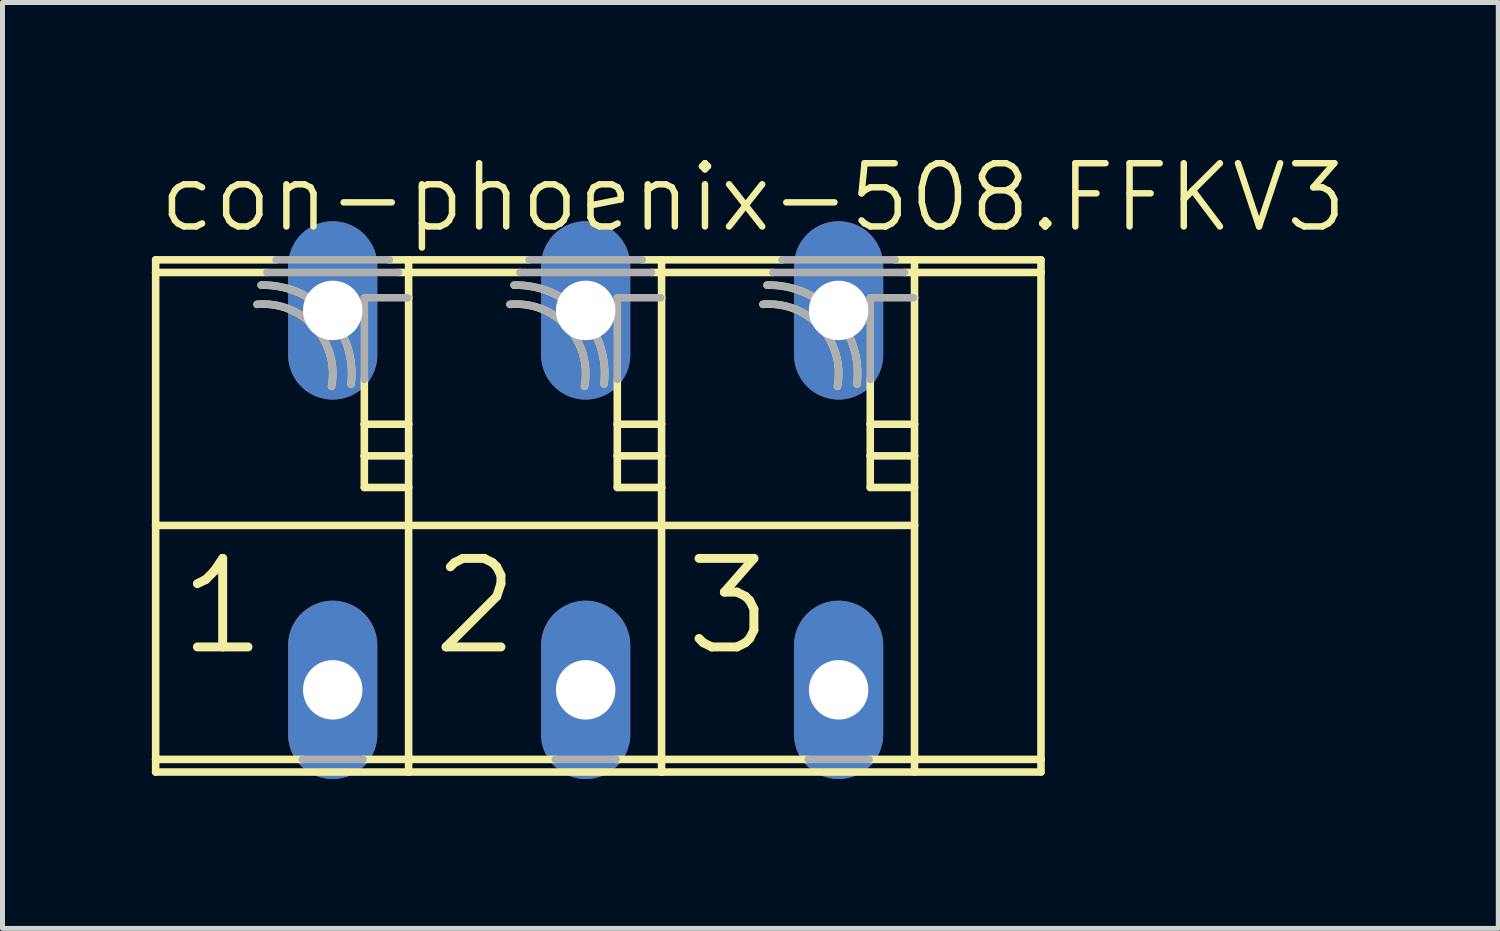
<source format=kicad_pcb>
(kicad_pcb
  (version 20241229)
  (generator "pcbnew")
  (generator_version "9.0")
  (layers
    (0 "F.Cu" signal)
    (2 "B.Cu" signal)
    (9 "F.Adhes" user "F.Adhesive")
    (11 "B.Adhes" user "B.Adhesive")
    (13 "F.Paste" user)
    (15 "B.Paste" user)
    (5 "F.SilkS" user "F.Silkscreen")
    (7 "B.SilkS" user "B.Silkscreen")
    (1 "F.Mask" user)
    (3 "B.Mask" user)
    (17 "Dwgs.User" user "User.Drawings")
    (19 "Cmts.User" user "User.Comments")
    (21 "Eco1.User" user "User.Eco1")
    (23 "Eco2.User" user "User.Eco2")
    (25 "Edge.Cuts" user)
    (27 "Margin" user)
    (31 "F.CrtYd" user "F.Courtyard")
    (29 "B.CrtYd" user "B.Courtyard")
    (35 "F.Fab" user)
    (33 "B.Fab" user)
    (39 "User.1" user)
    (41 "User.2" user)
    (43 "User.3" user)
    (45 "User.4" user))
  (footprint "con-phoenix-508.FFKV3"
    (layer "F.Cu")
    (at 8.712 6.994)
    (property "Reference" "con-phoenix-508.FFKV3" (at -8.636 -5.334 0) (layer "F.SilkS") (effects (font (size 1.27 1.27) (thickness 0.13)) (justify left bottom)))
    (attr through_hole)
    (fp_line (start -8.636 -4.572) (end -8.636 -4.826) (stroke (width 0.152) (type default)) (layer "F.SilkS"))
    (fp_line (start -8.636 -4.572) (end -6.4 -4.572) (stroke (width 0.152) (type default)) (layer "F.SilkS"))
    (fp_line (start -8.636 0.508) (end -8.636 -4.572) (stroke (width 0.152) (type default)) (layer "F.SilkS"))
    (fp_line (start -8.636 0.508) (end -3.556 0.508) (stroke (width 0.152) (type default)) (layer "F.SilkS"))
    (fp_line (start -8.636 5.207) (end -8.636 0.508) (stroke (width 0.152) (type default)) (layer "F.SilkS"))
    (fp_line (start -8.636 5.207) (end -5.689 5.207) (stroke (width 0.152) (type default)) (layer "F.SilkS"))
    (fp_line (start -8.636 5.461) (end -8.636 5.207) (stroke (width 0.152) (type default)) (layer "F.SilkS"))
    (fp_line (start -6.216 -4.826) (end -8.636 -4.826) (stroke (width 0.152) (type default)) (layer "F.SilkS"))
    (fp_line (start -4.471 5.207) (end -3.556 5.207) (stroke (width 0.152) (type default)) (layer "F.SilkS"))
    (fp_line (start -4.445 -1.524) (end -4.445 -2.425) (stroke (width 0.152) (type default)) (layer "F.SilkS"))
    (fp_line (start -4.445 -0.889) (end -4.445 -1.524) (stroke (width 0.152) (type default)) (layer "F.SilkS"))
    (fp_line (start -4.445 -0.254) (end -4.445 -0.889) (stroke (width 0.152) (type default)) (layer "F.SilkS"))
    (fp_line (start -3.76 -4.572) (end -3.556 -4.572) (stroke (width 0.152) (type default)) (layer "F.SilkS"))
    (fp_line (start -3.577 -4.064) (end -3.556 -4.064) (stroke (width 0.152) (type default)) (layer "F.SilkS"))
    (fp_line (start -3.556 -4.826) (end -3.944 -4.826) (stroke (width 0.152) (type default)) (layer "F.SilkS"))
    (fp_line (start -3.556 -4.572) (end -3.556 -4.826) (stroke (width 0.152) (type default)) (layer "F.SilkS"))
    (fp_line (start -3.556 -4.572) (end -1.32 -4.572) (stroke (width 0.152) (type default)) (layer "F.SilkS"))
    (fp_line (start -3.556 -4.064) (end -3.556 -4.572) (stroke (width 0.152) (type default)) (layer "F.SilkS"))
    (fp_line (start -3.556 -1.524) (end -4.445 -1.524) (stroke (width 0.152) (type default)) (layer "F.SilkS"))
    (fp_line (start -3.556 -1.524) (end -3.556 -4.064) (stroke (width 0.152) (type default)) (layer "F.SilkS"))
    (fp_line (start -3.556 -0.889) (end -4.445 -0.889) (stroke (width 0.152) (type default)) (layer "F.SilkS"))
    (fp_line (start -3.556 -0.889) (end -3.556 -1.524) (stroke (width 0.152) (type default)) (layer "F.SilkS"))
    (fp_line (start -3.556 -0.254) (end -4.445 -0.254) (stroke (width 0.152) (type default)) (layer "F.SilkS"))
    (fp_line (start -3.556 -0.254) (end -3.556 -0.889) (stroke (width 0.152) (type default)) (layer "F.SilkS"))
    (fp_line (start -3.556 0.508) (end -3.556 -0.254) (stroke (width 0.152) (type default)) (layer "F.SilkS"))
    (fp_line (start -3.556 0.508) (end 1.524 0.508) (stroke (width 0.152) (type default)) (layer "F.SilkS"))
    (fp_line (start -3.556 5.207) (end -3.556 0.508) (stroke (width 0.152) (type default)) (layer "F.SilkS"))
    (fp_line (start -3.556 5.207) (end -0.609 5.207) (stroke (width 0.152) (type default)) (layer "F.SilkS"))
    (fp_line (start -3.556 5.461) (end -8.636 5.461) (stroke (width 0.152) (type default)) (layer "F.SilkS"))
    (fp_line (start -3.556 5.461) (end -3.556 5.207) (stroke (width 0.152) (type default)) (layer "F.SilkS"))
    (fp_line (start -1.136 -4.826) (end -3.556 -4.826) (stroke (width 0.152) (type default)) (layer "F.SilkS"))
    (fp_line (start 0.609 5.207) (end 1.524 5.207) (stroke (width 0.152) (type default)) (layer "F.SilkS"))
    (fp_line (start 0.635 -1.524) (end 0.635 -2.425) (stroke (width 0.152) (type default)) (layer "F.SilkS"))
    (fp_line (start 0.635 -0.889) (end 0.635 -1.524) (stroke (width 0.152) (type default)) (layer "F.SilkS"))
    (fp_line (start 0.635 -0.254) (end 0.635 -0.889) (stroke (width 0.152) (type default)) (layer "F.SilkS"))
    (fp_line (start 1.32 -4.572) (end 1.524 -4.572) (stroke (width 0.152) (type default)) (layer "F.SilkS"))
    (fp_line (start 1.503 -4.064) (end 1.524 -4.064) (stroke (width 0.152) (type default)) (layer "F.SilkS"))
    (fp_line (start 1.524 -4.826) (end 1.136 -4.826) (stroke (width 0.152) (type default)) (layer "F.SilkS"))
    (fp_line (start 1.524 -4.572) (end 1.524 -4.826) (stroke (width 0.152) (type default)) (layer "F.SilkS"))
    (fp_line (start 1.524 -4.572) (end 3.76 -4.572) (stroke (width 0.152) (type default)) (layer "F.SilkS"))
    (fp_line (start 1.524 -4.064) (end 1.524 -4.572) (stroke (width 0.152) (type default)) (layer "F.SilkS"))
    (fp_line (start 1.524 -1.524) (end 0.635 -1.524) (stroke (width 0.152) (type default)) (layer "F.SilkS"))
    (fp_line (start 1.524 -1.524) (end 1.524 -4.064) (stroke (width 0.152) (type default)) (layer "F.SilkS"))
    (fp_line (start 1.524 -0.889) (end 0.635 -0.889) (stroke (width 0.152) (type default)) (layer "F.SilkS"))
    (fp_line (start 1.524 -0.889) (end 1.524 -1.524) (stroke (width 0.152) (type default)) (layer "F.SilkS"))
    (fp_line (start 1.524 -0.254) (end 0.635 -0.254) (stroke (width 0.152) (type default)) (layer "F.SilkS"))
    (fp_line (start 1.524 -0.254) (end 1.524 -0.889) (stroke (width 0.152) (type default)) (layer "F.SilkS"))
    (fp_line (start 1.524 0.508) (end 1.524 -0.254) (stroke (width 0.152) (type default)) (layer "F.SilkS"))
    (fp_line (start 1.524 0.508) (end 6.604 0.508) (stroke (width 0.152) (type default)) (layer "F.SilkS"))
    (fp_line (start 1.524 5.207) (end 1.524 0.508) (stroke (width 0.152) (type default)) (layer "F.SilkS"))
    (fp_line (start 1.524 5.207) (end 4.471 5.207) (stroke (width 0.152) (type default)) (layer "F.SilkS"))
    (fp_line (start 1.524 5.461) (end -3.556 5.461) (stroke (width 0.152) (type default)) (layer "F.SilkS"))
    (fp_line (start 1.524 5.461) (end 1.524 5.207) (stroke (width 0.152) (type default)) (layer "F.SilkS"))
    (fp_line (start 3.944 -4.826) (end 1.524 -4.826) (stroke (width 0.152) (type default)) (layer "F.SilkS"))
    (fp_line (start 5.715 -1.524) (end 5.715 -2.425) (stroke (width 0.152) (type default)) (layer "F.SilkS"))
    (fp_line (start 5.715 -0.889) (end 5.715 -1.524) (stroke (width 0.152) (type default)) (layer "F.SilkS"))
    (fp_line (start 5.715 -0.254) (end 5.715 -0.889) (stroke (width 0.152) (type default)) (layer "F.SilkS"))
    (fp_line (start 6.583 -4.064) (end 6.604 -4.064) (stroke (width 0.152) (type default)) (layer "F.SilkS"))
    (fp_line (start 6.604 -4.064) (end 6.604 -4.826) (stroke (width 0.152) (type default)) (layer "F.SilkS"))
    (fp_line (start 6.604 -1.524) (end 5.715 -1.524) (stroke (width 0.152) (type default)) (layer "F.SilkS"))
    (fp_line (start 6.604 -1.524) (end 6.604 -4.064) (stroke (width 0.152) (type default)) (layer "F.SilkS"))
    (fp_line (start 6.604 -0.889) (end 5.715 -0.889) (stroke (width 0.152) (type default)) (layer "F.SilkS"))
    (fp_line (start 6.604 -0.889) (end 6.604 -1.524) (stroke (width 0.152) (type default)) (layer "F.SilkS"))
    (fp_line (start 6.604 -0.254) (end 5.715 -0.254) (stroke (width 0.152) (type default)) (layer "F.SilkS"))
    (fp_line (start 6.604 -0.254) (end 6.604 -0.889) (stroke (width 0.152) (type default)) (layer "F.SilkS"))
    (fp_line (start 6.604 0.508) (end 6.604 -0.254) (stroke (width 0.152) (type default)) (layer "F.SilkS"))
    (fp_line (start 6.604 5.461) (end 6.604 0.508) (stroke (width 0.152) (type default)) (layer "F.SilkS"))
    (fp_line (start 9.144 -4.826) (end 6.216 -4.826) (stroke (width 0.152) (type default)) (layer "F.SilkS"))
    (fp_line (start 9.144 -4.572) (end 6.4 -4.572) (stroke (width 0.152) (type default)) (layer "F.SilkS"))
    (fp_line (start 9.144 -4.572) (end 9.144 -4.826) (stroke (width 0.152) (type default)) (layer "F.SilkS"))
    (fp_line (start 9.144 5.207) (end 5.689 5.207) (stroke (width 0.152) (type default)) (layer "F.SilkS"))
    (fp_line (start 9.144 5.207) (end 9.144 -4.572) (stroke (width 0.152) (type default)) (layer "F.SilkS"))
    (fp_line (start 9.144 5.461) (end 1.524 5.461) (stroke (width 0.152) (type default)) (layer "F.SilkS"))
    (fp_line (start 9.144 5.461) (end 9.144 5.207) (stroke (width 0.152) (type default)) (layer "F.SilkS"))
    (fp_arc (start -6.5992 -3.9317) (mid -5.443175 -3.479821) (end -5.1028 -2.2862) (stroke (width 0.1524) (type default)) (layer "F.SilkS"))
    (fp_arc (start -6.5169 -4.3175) (mid -5.161183 -3.735951) (end -4.7108 -2.3312) (stroke (width 0.1524) (type default)) (layer "F.SilkS"))
    (fp_arc (start -1.5192 -3.9317) (mid -0.363175 -3.479821) (end -0.0228 -2.2862) (stroke (width 0.1524) (type default)) (layer "F.SilkS"))
    (fp_arc (start -1.4369 -4.3175) (mid -0.081183 -3.735951) (end 0.3692 -2.3312) (stroke (width 0.1524) (type default)) (layer "F.SilkS"))
    (fp_arc (start 3.5608 -3.9317) (mid 4.716825 -3.479821) (end 5.0572 -2.2862) (stroke (width 0.1524) (type default)) (layer "F.SilkS"))
    (fp_arc (start 3.6431 -4.3175) (mid 4.998817 -3.735951) (end 5.4492 -2.3312) (stroke (width 0.1524) (type default)) (layer "F.SilkS"))
    (fp_line (start -6.4 -4.572) (end -3.76 -4.572) (stroke (width 0.152) (type default)) (layer "F.Fab"))
    (fp_line (start -5.689 5.207) (end -4.471 5.207) (stroke (width 0.152) (type default)) (layer "F.Fab"))
    (fp_line (start -4.445 -4.064) (end -3.577 -4.064) (stroke (width 0.152) (type default)) (layer "F.Fab"))
    (fp_line (start -4.445 -2.425) (end -4.445 -4.064) (stroke (width 0.152) (type default)) (layer "F.Fab"))
    (fp_line (start -3.944 -4.826) (end -6.216 -4.826) (stroke (width 0.152) (type default)) (layer "F.Fab"))
    (fp_line (start -1.32 -4.572) (end 1.32 -4.572) (stroke (width 0.152) (type default)) (layer "F.Fab"))
    (fp_line (start -0.609 5.207) (end 0.609 5.207) (stroke (width 0.152) (type default)) (layer "F.Fab"))
    (fp_line (start 0.635 -4.064) (end 1.503 -4.064) (stroke (width 0.152) (type default)) (layer "F.Fab"))
    (fp_line (start 0.635 -2.425) (end 0.635 -4.064) (stroke (width 0.152) (type default)) (layer "F.Fab"))
    (fp_line (start 1.136 -4.826) (end -1.136 -4.826) (stroke (width 0.152) (type default)) (layer "F.Fab"))
    (fp_line (start 3.76 -4.572) (end 6.4 -4.572) (stroke (width 0.152) (type default)) (layer "F.Fab"))
    (fp_line (start 4.471 5.207) (end 5.689 5.207) (stroke (width 0.152) (type default)) (layer "F.Fab"))
    (fp_line (start 5.715 -4.064) (end 6.583 -4.064) (stroke (width 0.152) (type default)) (layer "F.Fab"))
    (fp_line (start 5.715 -2.425) (end 5.715 -4.064) (stroke (width 0.152) (type default)) (layer "F.Fab"))
    (fp_line (start 6.216 -4.826) (end 3.944 -4.826) (stroke (width 0.152) (type default)) (layer "F.Fab"))
    (fp_arc (start -6.5992 -3.9317) (mid -5.443306 -3.479837) (end -5.1031 -2.2863) (stroke (width 0.1524) (type default)) (layer "F.Fab"))
    (fp_arc (start -6.5169 -4.3175) (mid -5.161248 -3.735936) (end -4.711 -2.3312) (stroke (width 0.1524) (type default)) (layer "F.Fab"))
    (fp_arc (start -1.5192 -3.9317) (mid -0.363306 -3.479837) (end -0.0231 -2.2863) (stroke (width 0.1524) (type default)) (layer "F.Fab"))
    (fp_arc (start -1.4369 -4.3175) (mid -0.081248 -3.735936) (end 0.369 -2.3312) (stroke (width 0.1524) (type default)) (layer "F.Fab"))
    (fp_arc (start 3.5608 -3.9317) (mid 4.716694 -3.479837) (end 5.0569 -2.2863) (stroke (width 0.1524) (type default)) (layer "F.Fab"))
    (fp_arc (start 3.6431 -4.3175) (mid 4.998752 -3.735936) (end 5.449 -2.3312) (stroke (width 0.1524) (type default)) (layer "F.Fab"))
    (fp_text user "3" (at 1.905 3.175 0) (layer "F.SilkS") (effects (font (size 1.778 1.778) (thickness 0.18)) (justify left bottom)))
    (fp_text user "2" (at -3.175 3.175 0) (layer "F.SilkS") (effects (font (size 1.778 1.778) (thickness 0.18)) (justify left bottom)))
    (fp_text user "1" (at -8.255 3.175 0) (layer "F.SilkS") (effects (font (size 1.778 1.778) (thickness 0.18)) (justify left bottom)))
    (pad "1" thru_hole oval (at -5.08 3.81 90) (size 3.581 1.791) (drill 1.194) (layers "*.Cu" "*.Mask"))
    (pad "1A" thru_hole oval (at -5.08 -3.81 90) (size 3.581 1.791) (drill 1.194) (layers "*.Cu" "*.Mask"))
    (pad "2" thru_hole oval (at 0 3.81 90) (size 3.581 1.791) (drill 1.194) (layers "*.Cu" "*.Mask"))
    (pad "2A" thru_hole oval (at 0 -3.81 90) (size 3.581 1.791) (drill 1.194) (layers "*.Cu" "*.Mask"))
    (pad "3" thru_hole oval (at 5.08 3.81 90) (size 3.581 1.791) (drill 1.194) (layers "*.Cu" "*.Mask"))
    (pad "3A" thru_hole oval (at 5.08 -3.81 90) (size 3.581 1.791) (drill 1.194) (layers "*.Cu" "*.Mask")))
  (gr_rect
    (start -3 -3)
    (end 27.04 15.595)
    (stroke (width 0.1) (type default))
    (fill no)
    (layer "Edge.Cuts")))
</source>
